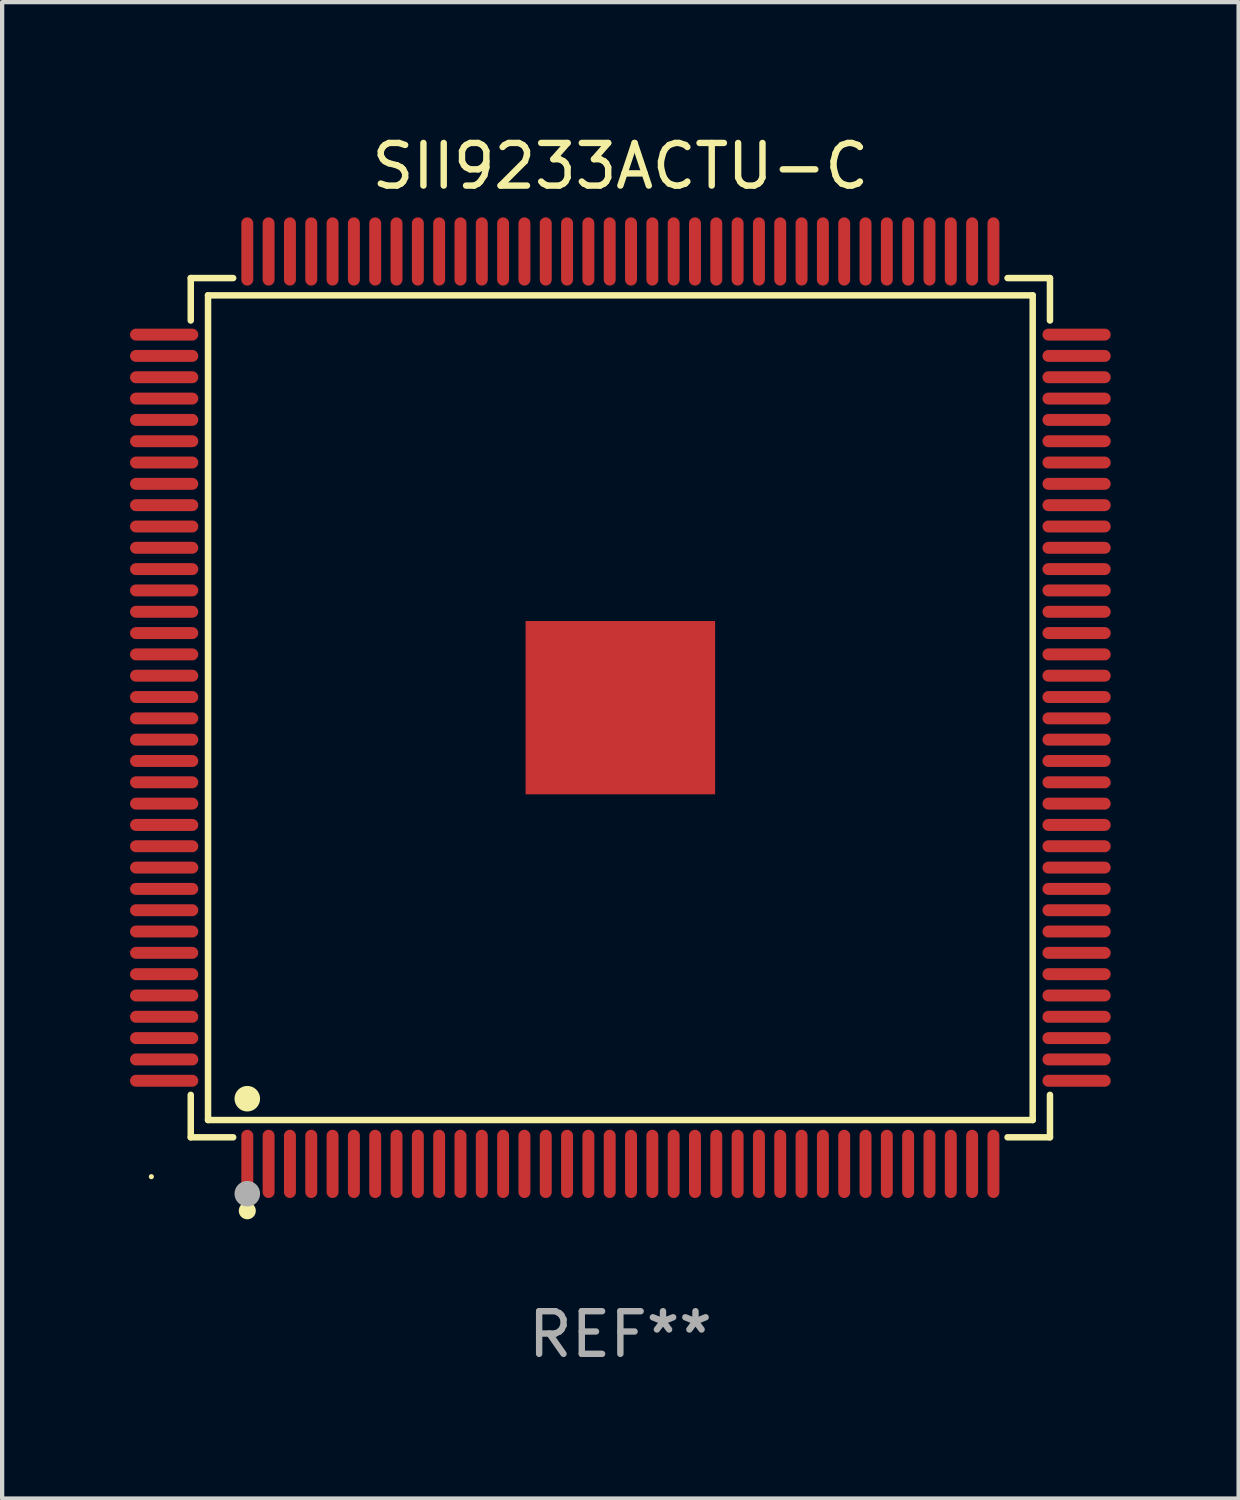
<source format=kicad_pcb>
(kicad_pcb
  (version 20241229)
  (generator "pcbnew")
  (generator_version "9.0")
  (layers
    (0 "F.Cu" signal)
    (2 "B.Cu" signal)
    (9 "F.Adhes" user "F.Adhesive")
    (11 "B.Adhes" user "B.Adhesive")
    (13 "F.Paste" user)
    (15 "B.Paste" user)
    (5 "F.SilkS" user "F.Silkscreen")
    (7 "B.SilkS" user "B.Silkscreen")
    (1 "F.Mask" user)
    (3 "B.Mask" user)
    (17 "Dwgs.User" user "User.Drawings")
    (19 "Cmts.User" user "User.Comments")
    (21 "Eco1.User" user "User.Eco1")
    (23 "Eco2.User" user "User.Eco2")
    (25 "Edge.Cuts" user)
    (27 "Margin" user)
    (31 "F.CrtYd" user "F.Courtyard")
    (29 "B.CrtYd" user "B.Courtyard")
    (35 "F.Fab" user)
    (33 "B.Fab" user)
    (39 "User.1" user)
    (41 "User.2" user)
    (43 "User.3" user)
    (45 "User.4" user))
  (footprint "SII9233ACTU-C"
    (layer "F.Cu")
    (at 11.5 13.548)
    (property "Reference" "SII9233ACTU-C" (at 0 -12.7 0) (layer "F.SilkS") (effects (font (size 1 1) (thickness 0.15))))
    (attr through_hole)
    (fp_line (start -10.076 -10.076) (end -9.081 -10.076) (stroke (width 0.152) (type solid)) (layer "F.SilkS"))
    (fp_line (start -10.076 -9.081) (end -10.076 -10.076) (stroke (width 0.152) (type solid)) (layer "F.SilkS"))
    (fp_line (start -10.076 9.081) (end -10.076 10.076) (stroke (width 0.152) (type solid)) (layer "F.SilkS"))
    (fp_line (start -10.076 10.076) (end -9.081 10.076) (stroke (width 0.152) (type solid)) (layer "F.SilkS"))
    (fp_line (start -9.671 -9.671) (end 9.671 -9.671) (stroke (width 0.152) (type solid)) (layer "F.SilkS"))
    (fp_line (start -9.671 9.671) (end -9.671 -9.671) (stroke (width 0.152) (type solid)) (layer "F.SilkS"))
    (fp_line (start 9.671 -9.671) (end 9.671 9.671) (stroke (width 0.152) (type solid)) (layer "F.SilkS"))
    (fp_line (start 9.671 9.671) (end -9.671 9.671) (stroke (width 0.152) (type solid)) (layer "F.SilkS"))
    (fp_line (start 10.076 -10.076) (end 9.081 -10.076) (stroke (width 0.152) (type solid)) (layer "F.SilkS"))
    (fp_line (start 10.076 -9.081) (end 10.076 -10.076) (stroke (width 0.152) (type solid)) (layer "F.SilkS"))
    (fp_line (start 10.076 9.081) (end 10.076 10.076) (stroke (width 0.152) (type solid)) (layer "F.SilkS"))
    (fp_line (start 10.076 10.076) (end 9.081 10.076) (stroke (width 0.152) (type solid)) (layer "F.SilkS"))
    (fp_circle (center -11 11) (end -10.97 11) (stroke (width 0.06) (type solid)) (fill no) (layer "F.SilkS"))
    (fp_circle (center -8.75 9.171) (end -8.6 9.171) (stroke (width 0.3) (type solid)) (fill no) (layer "F.SilkS"))
    (fp_circle (center -8.75 11.8) (end -8.65 11.8) (stroke (width 0.2) (type solid)) (fill no) (layer "F.SilkS"))
    (fp_circle (center -8.75 11.4) (end -8.6 11.4) (stroke (width 0.3) (type solid)) (fill no) (layer "F.Fab"))
    (fp_text user "REF**" (at 0 14.7 0) (layer "F.Fab") (effects (font (size 1 1) (thickness 0.15))))
    (pad "1" smd oval (at -8.75 10.7) (size 0.28 1.6) (layers "F.Cu" "F.Mask" "F.Paste"))
    (pad "2" smd oval (at -8.25 10.7) (size 0.28 1.6) (layers "F.Cu" "F.Mask" "F.Paste"))
    (pad "3" smd oval (at -7.75 10.7) (size 0.28 1.6) (layers "F.Cu" "F.Mask" "F.Paste"))
    (pad "4" smd oval (at -7.25 10.7) (size 0.28 1.6) (layers "F.Cu" "F.Mask" "F.Paste"))
    (pad "5" smd oval (at -6.75 10.7) (size 0.28 1.6) (layers "F.Cu" "F.Mask" "F.Paste"))
    (pad "6" smd oval (at -6.25 10.7) (size 0.28 1.6) (layers "F.Cu" "F.Mask" "F.Paste"))
    (pad "7" smd oval (at -5.75 10.7) (size 0.28 1.6) (layers "F.Cu" "F.Mask" "F.Paste"))
    (pad "8" smd oval (at -5.25 10.7) (size 0.28 1.6) (layers "F.Cu" "F.Mask" "F.Paste"))
    (pad "9" smd oval (at -4.75 10.7) (size 0.28 1.6) (layers "F.Cu" "F.Mask" "F.Paste"))
    (pad "10" smd oval (at -4.25 10.7) (size 0.28 1.6) (layers "F.Cu" "F.Mask" "F.Paste"))
    (pad "11" smd oval (at -3.75 10.7) (size 0.28 1.6) (layers "F.Cu" "F.Mask" "F.Paste"))
    (pad "12" smd oval (at -3.25 10.7) (size 0.28 1.6) (layers "F.Cu" "F.Mask" "F.Paste"))
    (pad "13" smd oval (at -2.75 10.7) (size 0.28 1.6) (layers "F.Cu" "F.Mask" "F.Paste"))
    (pad "14" smd oval (at -2.25 10.7) (size 0.28 1.6) (layers "F.Cu" "F.Mask" "F.Paste"))
    (pad "15" smd oval (at -1.75 10.7) (size 0.28 1.6) (layers "F.Cu" "F.Mask" "F.Paste"))
    (pad "16" smd oval (at -1.25 10.7) (size 0.28 1.6) (layers "F.Cu" "F.Mask" "F.Paste"))
    (pad "17" smd oval (at -0.75 10.7) (size 0.28 1.6) (layers "F.Cu" "F.Mask" "F.Paste"))
    (pad "18" smd oval (at -0.25 10.7) (size 0.28 1.6) (layers "F.Cu" "F.Mask" "F.Paste"))
    (pad "19" smd oval (at 0.25 10.7) (size 0.28 1.6) (layers "F.Cu" "F.Mask" "F.Paste"))
    (pad "20" smd oval (at 0.75 10.7) (size 0.28 1.6) (layers "F.Cu" "F.Mask" "F.Paste"))
    (pad "21" smd oval (at 1.25 10.7) (size 0.28 1.6) (layers "F.Cu" "F.Mask" "F.Paste"))
    (pad "22" smd oval (at 1.75 10.7) (size 0.28 1.6) (layers "F.Cu" "F.Mask" "F.Paste"))
    (pad "23" smd oval (at 2.25 10.7) (size 0.28 1.6) (layers "F.Cu" "F.Mask" "F.Paste"))
    (pad "24" smd oval (at 2.75 10.7) (size 0.28 1.6) (layers "F.Cu" "F.Mask" "F.Paste"))
    (pad "25" smd oval (at 3.25 10.7) (size 0.28 1.6) (layers "F.Cu" "F.Mask" "F.Paste"))
    (pad "26" smd oval (at 3.75 10.7) (size 0.28 1.6) (layers "F.Cu" "F.Mask" "F.Paste"))
    (pad "27" smd oval (at 4.25 10.7) (size 0.28 1.6) (layers "F.Cu" "F.Mask" "F.Paste"))
    (pad "28" smd oval (at 4.75 10.7) (size 0.28 1.6) (layers "F.Cu" "F.Mask" "F.Paste"))
    (pad "29" smd oval (at 5.25 10.7) (size 0.28 1.6) (layers "F.Cu" "F.Mask" "F.Paste"))
    (pad "30" smd oval (at 5.75 10.7) (size 0.28 1.6) (layers "F.Cu" "F.Mask" "F.Paste"))
    (pad "31" smd oval (at 6.25 10.7) (size 0.28 1.6) (layers "F.Cu" "F.Mask" "F.Paste"))
    (pad "32" smd oval (at 6.75 10.7) (size 0.28 1.6) (layers "F.Cu" "F.Mask" "F.Paste"))
    (pad "33" smd oval (at 7.25 10.7) (size 0.28 1.6) (layers "F.Cu" "F.Mask" "F.Paste"))
    (pad "34" smd oval (at 7.75 10.7) (size 0.28 1.6) (layers "F.Cu" "F.Mask" "F.Paste"))
    (pad "35" smd oval (at 8.25 10.7) (size 0.28 1.6) (layers "F.Cu" "F.Mask" "F.Paste"))
    (pad "36" smd oval (at 8.75 10.7) (size 0.28 1.6) (layers "F.Cu" "F.Mask" "F.Paste"))
    (pad "37" smd oval (at 10.7 8.75) (size 1.6 0.28) (layers "F.Cu" "F.Mask" "F.Paste"))
    (pad "38" smd oval (at 10.7 8.25) (size 1.6 0.28) (layers "F.Cu" "F.Mask" "F.Paste"))
    (pad "39" smd oval (at 10.7 7.75) (size 1.6 0.28) (layers "F.Cu" "F.Mask" "F.Paste"))
    (pad "40" smd oval (at 10.7 7.25) (size 1.6 0.28) (layers "F.Cu" "F.Mask" "F.Paste"))
    (pad "41" smd oval (at 10.7 6.75) (size 1.6 0.28) (layers "F.Cu" "F.Mask" "F.Paste"))
    (pad "42" smd oval (at 10.7 6.25) (size 1.6 0.28) (layers "F.Cu" "F.Mask" "F.Paste"))
    (pad "43" smd oval (at 10.7 5.75) (size 1.6 0.28) (layers "F.Cu" "F.Mask" "F.Paste"))
    (pad "44" smd oval (at 10.7 5.25) (size 1.6 0.28) (layers "F.Cu" "F.Mask" "F.Paste"))
    (pad "45" smd oval (at 10.7 4.75) (size 1.6 0.28) (layers "F.Cu" "F.Mask" "F.Paste"))
    (pad "46" smd oval (at 10.7 4.25) (size 1.6 0.28) (layers "F.Cu" "F.Mask" "F.Paste"))
    (pad "47" smd oval (at 10.7 3.75) (size 1.6 0.28) (layers "F.Cu" "F.Mask" "F.Paste"))
    (pad "48" smd oval (at 10.7 3.25) (size 1.6 0.28) (layers "F.Cu" "F.Mask" "F.Paste"))
    (pad "49" smd oval (at 10.7 2.75) (size 1.6 0.28) (layers "F.Cu" "F.Mask" "F.Paste"))
    (pad "50" smd oval (at 10.7 2.25) (size 1.6 0.28) (layers "F.Cu" "F.Mask" "F.Paste"))
    (pad "51" smd oval (at 10.7 1.75) (size 1.6 0.28) (layers "F.Cu" "F.Mask" "F.Paste"))
    (pad "52" smd oval (at 10.7 1.25) (size 1.6 0.28) (layers "F.Cu" "F.Mask" "F.Paste"))
    (pad "53" smd oval (at 10.7 0.75) (size 1.6 0.28) (layers "F.Cu" "F.Mask" "F.Paste"))
    (pad "54" smd oval (at 10.7 0.25) (size 1.6 0.28) (layers "F.Cu" "F.Mask" "F.Paste"))
    (pad "55" smd oval (at 10.7 -0.25) (size 1.6 0.28) (layers "F.Cu" "F.Mask" "F.Paste"))
    (pad "56" smd oval (at 10.7 -0.75) (size 1.6 0.28) (layers "F.Cu" "F.Mask" "F.Paste"))
    (pad "57" smd oval (at 10.7 -1.25) (size 1.6 0.28) (layers "F.Cu" "F.Mask" "F.Paste"))
    (pad "58" smd oval (at 10.7 -1.75) (size 1.6 0.28) (layers "F.Cu" "F.Mask" "F.Paste"))
    (pad "59" smd oval (at 10.7 -2.25) (size 1.6 0.28) (layers "F.Cu" "F.Mask" "F.Paste"))
    (pad "60" smd oval (at 10.7 -2.75) (size 1.6 0.28) (layers "F.Cu" "F.Mask" "F.Paste"))
    (pad "61" smd oval (at 10.7 -3.25) (size 1.6 0.28) (layers "F.Cu" "F.Mask" "F.Paste"))
    (pad "62" smd oval (at 10.7 -3.75) (size 1.6 0.28) (layers "F.Cu" "F.Mask" "F.Paste"))
    (pad "63" smd oval (at 10.7 -4.25) (size 1.6 0.28) (layers "F.Cu" "F.Mask" "F.Paste"))
    (pad "64" smd oval (at 10.7 -4.75) (size 1.6 0.28) (layers "F.Cu" "F.Mask" "F.Paste"))
    (pad "65" smd oval (at 10.7 -5.25) (size 1.6 0.28) (layers "F.Cu" "F.Mask" "F.Paste"))
    (pad "66" smd oval (at 10.7 -5.75) (size 1.6 0.28) (layers "F.Cu" "F.Mask" "F.Paste"))
    (pad "67" smd oval (at 10.7 -6.25) (size 1.6 0.28) (layers "F.Cu" "F.Mask" "F.Paste"))
    (pad "68" smd oval (at 10.7 -6.75) (size 1.6 0.28) (layers "F.Cu" "F.Mask" "F.Paste"))
    (pad "69" smd oval (at 10.7 -7.25) (size 1.6 0.28) (layers "F.Cu" "F.Mask" "F.Paste"))
    (pad "70" smd oval (at 10.7 -7.75) (size 1.6 0.28) (layers "F.Cu" "F.Mask" "F.Paste"))
    (pad "71" smd oval (at 10.7 -8.25) (size 1.6 0.28) (layers "F.Cu" "F.Mask" "F.Paste"))
    (pad "72" smd oval (at 10.7 -8.75) (size 1.6 0.28) (layers "F.Cu" "F.Mask" "F.Paste"))
    (pad "73" smd oval (at 8.75 -10.7) (size 0.28 1.6) (layers "F.Cu" "F.Mask" "F.Paste"))
    (pad "74" smd oval (at 8.25 -10.7) (size 0.28 1.6) (layers "F.Cu" "F.Mask" "F.Paste"))
    (pad "75" smd oval (at 7.75 -10.7) (size 0.28 1.6) (layers "F.Cu" "F.Mask" "F.Paste"))
    (pad "76" smd oval (at 7.25 -10.7) (size 0.28 1.6) (layers "F.Cu" "F.Mask" "F.Paste"))
    (pad "77" smd oval (at 6.75 -10.7) (size 0.28 1.6) (layers "F.Cu" "F.Mask" "F.Paste"))
    (pad "78" smd oval (at 6.25 -10.7) (size 0.28 1.6) (layers "F.Cu" "F.Mask" "F.Paste"))
    (pad "79" smd oval (at 5.75 -10.7) (size 0.28 1.6) (layers "F.Cu" "F.Mask" "F.Paste"))
    (pad "80" smd oval (at 5.25 -10.7) (size 0.28 1.6) (layers "F.Cu" "F.Mask" "F.Paste"))
    (pad "81" smd oval (at 4.75 -10.7) (size 0.28 1.6) (layers "F.Cu" "F.Mask" "F.Paste"))
    (pad "82" smd oval (at 4.25 -10.7) (size 0.28 1.6) (layers "F.Cu" "F.Mask" "F.Paste"))
    (pad "83" smd oval (at 3.75 -10.7) (size 0.28 1.6) (layers "F.Cu" "F.Mask" "F.Paste"))
    (pad "84" smd oval (at 3.25 -10.7) (size 0.28 1.6) (layers "F.Cu" "F.Mask" "F.Paste"))
    (pad "85" smd oval (at 2.75 -10.7) (size 0.28 1.6) (layers "F.Cu" "F.Mask" "F.Paste"))
    (pad "86" smd oval (at 2.25 -10.7) (size 0.28 1.6) (layers "F.Cu" "F.Mask" "F.Paste"))
    (pad "87" smd oval (at 1.75 -10.7) (size 0.28 1.6) (layers "F.Cu" "F.Mask" "F.Paste"))
    (pad "88" smd oval (at 1.25 -10.7) (size 0.28 1.6) (layers "F.Cu" "F.Mask" "F.Paste"))
    (pad "89" smd oval (at 0.75 -10.7) (size 0.28 1.6) (layers "F.Cu" "F.Mask" "F.Paste"))
    (pad "90" smd oval (at 0.25 -10.7) (size 0.28 1.6) (layers "F.Cu" "F.Mask" "F.Paste"))
    (pad "91" smd oval (at -0.25 -10.7) (size 0.28 1.6) (layers "F.Cu" "F.Mask" "F.Paste"))
    (pad "92" smd oval (at -0.75 -10.7) (size 0.28 1.6) (layers "F.Cu" "F.Mask" "F.Paste"))
    (pad "93" smd oval (at -1.25 -10.7) (size 0.28 1.6) (layers "F.Cu" "F.Mask" "F.Paste"))
    (pad "94" smd oval (at -1.75 -10.7) (size 0.28 1.6) (layers "F.Cu" "F.Mask" "F.Paste"))
    (pad "95" smd oval (at -2.25 -10.7) (size 0.28 1.6) (layers "F.Cu" "F.Mask" "F.Paste"))
    (pad "96" smd oval (at -2.75 -10.7) (size 0.28 1.6) (layers "F.Cu" "F.Mask" "F.Paste"))
    (pad "97" smd oval (at -3.25 -10.7) (size 0.28 1.6) (layers "F.Cu" "F.Mask" "F.Paste"))
    (pad "98" smd oval (at -3.75 -10.7) (size 0.28 1.6) (layers "F.Cu" "F.Mask" "F.Paste"))
    (pad "99" smd oval (at -4.25 -10.7) (size 0.28 1.6) (layers "F.Cu" "F.Mask" "F.Paste"))
    (pad "100" smd oval (at -4.75 -10.7) (size 0.28 1.6) (layers "F.Cu" "F.Mask" "F.Paste"))
    (pad "101" smd oval (at -5.25 -10.7) (size 0.28 1.6) (layers "F.Cu" "F.Mask" "F.Paste"))
    (pad "102" smd oval (at -5.75 -10.7) (size 0.28 1.6) (layers "F.Cu" "F.Mask" "F.Paste"))
    (pad "103" smd oval (at -6.25 -10.7) (size 0.28 1.6) (layers "F.Cu" "F.Mask" "F.Paste"))
    (pad "104" smd oval (at -6.75 -10.7) (size 0.28 1.6) (layers "F.Cu" "F.Mask" "F.Paste"))
    (pad "105" smd oval (at -7.25 -10.7) (size 0.28 1.6) (layers "F.Cu" "F.Mask" "F.Paste"))
    (pad "106" smd oval (at -7.75 -10.7) (size 0.28 1.6) (layers "F.Cu" "F.Mask" "F.Paste"))
    (pad "107" smd oval (at -8.25 -10.7) (size 0.28 1.6) (layers "F.Cu" "F.Mask" "F.Paste"))
    (pad "108" smd oval (at -8.75 -10.7) (size 0.28 1.6) (layers "F.Cu" "F.Mask" "F.Paste"))
    (pad "109" smd oval (at -10.7 -8.75) (size 1.6 0.28) (layers "F.Cu" "F.Mask" "F.Paste"))
    (pad "110" smd oval (at -10.7 -8.25) (size 1.6 0.28) (layers "F.Cu" "F.Mask" "F.Paste"))
    (pad "111" smd oval (at -10.7 -7.75) (size 1.6 0.28) (layers "F.Cu" "F.Mask" "F.Paste"))
    (pad "112" smd oval (at -10.7 -7.25) (size 1.6 0.28) (layers "F.Cu" "F.Mask" "F.Paste"))
    (pad "113" smd oval (at -10.7 -6.75) (size 1.6 0.28) (layers "F.Cu" "F.Mask" "F.Paste"))
    (pad "114" smd oval (at -10.7 -6.25) (size 1.6 0.28) (layers "F.Cu" "F.Mask" "F.Paste"))
    (pad "115" smd oval (at -10.7 -5.75) (size 1.6 0.28) (layers "F.Cu" "F.Mask" "F.Paste"))
    (pad "116" smd oval (at -10.7 -5.25) (size 1.6 0.28) (layers "F.Cu" "F.Mask" "F.Paste"))
    (pad "117" smd oval (at -10.7 -4.75) (size 1.6 0.28) (layers "F.Cu" "F.Mask" "F.Paste"))
    (pad "118" smd oval (at -10.7 -4.25) (size 1.6 0.28) (layers "F.Cu" "F.Mask" "F.Paste"))
    (pad "119" smd oval (at -10.7 -3.75) (size 1.6 0.28) (layers "F.Cu" "F.Mask" "F.Paste"))
    (pad "120" smd oval (at -10.7 -3.25) (size 1.6 0.28) (layers "F.Cu" "F.Mask" "F.Paste"))
    (pad "121" smd oval (at -10.7 -2.75) (size 1.6 0.28) (layers "F.Cu" "F.Mask" "F.Paste"))
    (pad "122" smd oval (at -10.7 -2.25) (size 1.6 0.28) (layers "F.Cu" "F.Mask" "F.Paste"))
    (pad "123" smd oval (at -10.7 -1.75) (size 1.6 0.28) (layers "F.Cu" "F.Mask" "F.Paste"))
    (pad "124" smd oval (at -10.7 -1.25) (size 1.6 0.28) (layers "F.Cu" "F.Mask" "F.Paste"))
    (pad "125" smd oval (at -10.7 -0.75) (size 1.6 0.28) (layers "F.Cu" "F.Mask" "F.Paste"))
    (pad "126" smd oval (at -10.7 -0.25) (size 1.6 0.28) (layers "F.Cu" "F.Mask" "F.Paste"))
    (pad "127" smd oval (at -10.7 0.25) (size 1.6 0.28) (layers "F.Cu" "F.Mask" "F.Paste"))
    (pad "128" smd oval (at -10.7 0.75) (size 1.6 0.28) (layers "F.Cu" "F.Mask" "F.Paste"))
    (pad "129" smd oval (at -10.7 1.25) (size 1.6 0.28) (layers "F.Cu" "F.Mask" "F.Paste"))
    (pad "130" smd oval (at -10.7 1.75) (size 1.6 0.28) (layers "F.Cu" "F.Mask" "F.Paste"))
    (pad "131" smd oval (at -10.7 2.25) (size 1.6 0.28) (layers "F.Cu" "F.Mask" "F.Paste"))
    (pad "132" smd oval (at -10.7 2.75) (size 1.6 0.28) (layers "F.Cu" "F.Mask" "F.Paste"))
    (pad "133" smd oval (at -10.7 3.25) (size 1.6 0.28) (layers "F.Cu" "F.Mask" "F.Paste"))
    (pad "134" smd oval (at -10.7 3.75) (size 1.6 0.28) (layers "F.Cu" "F.Mask" "F.Paste"))
    (pad "135" smd oval (at -10.7 4.25) (size 1.6 0.28) (layers "F.Cu" "F.Mask" "F.Paste"))
    (pad "136" smd oval (at -10.7 4.75) (size 1.6 0.28) (layers "F.Cu" "F.Mask" "F.Paste"))
    (pad "137" smd oval (at -10.7 5.25) (size 1.6 0.28) (layers "F.Cu" "F.Mask" "F.Paste"))
    (pad "138" smd oval (at -10.7 5.75) (size 1.6 0.28) (layers "F.Cu" "F.Mask" "F.Paste"))
    (pad "139" smd oval (at -10.7 6.25) (size 1.6 0.28) (layers "F.Cu" "F.Mask" "F.Paste"))
    (pad "140" smd oval (at -10.7 6.75) (size 1.6 0.28) (layers "F.Cu" "F.Mask" "F.Paste"))
    (pad "141" smd oval (at -10.7 7.25) (size 1.6 0.28) (layers "F.Cu" "F.Mask" "F.Paste"))
    (pad "142" smd oval (at -10.7 7.75) (size 1.6 0.28) (layers "F.Cu" "F.Mask" "F.Paste"))
    (pad "143" smd oval (at -10.7 8.25) (size 1.6 0.28) (layers "F.Cu" "F.Mask" "F.Paste"))
    (pad "144" smd oval (at -10.7 8.75) (size 1.6 0.28) (layers "F.Cu" "F.Mask" "F.Paste"))
    (pad "145" smd rect (at 0 0) (size 4.445 4.064) (layers "F.Cu" "F.Mask" "F.Paste")))
  (gr_rect
    (start -3 -3)
    (end 26 32.097)
    (stroke (width 0.1) (type default))
    (fill no)
    (layer "Edge.Cuts")))
</source>
